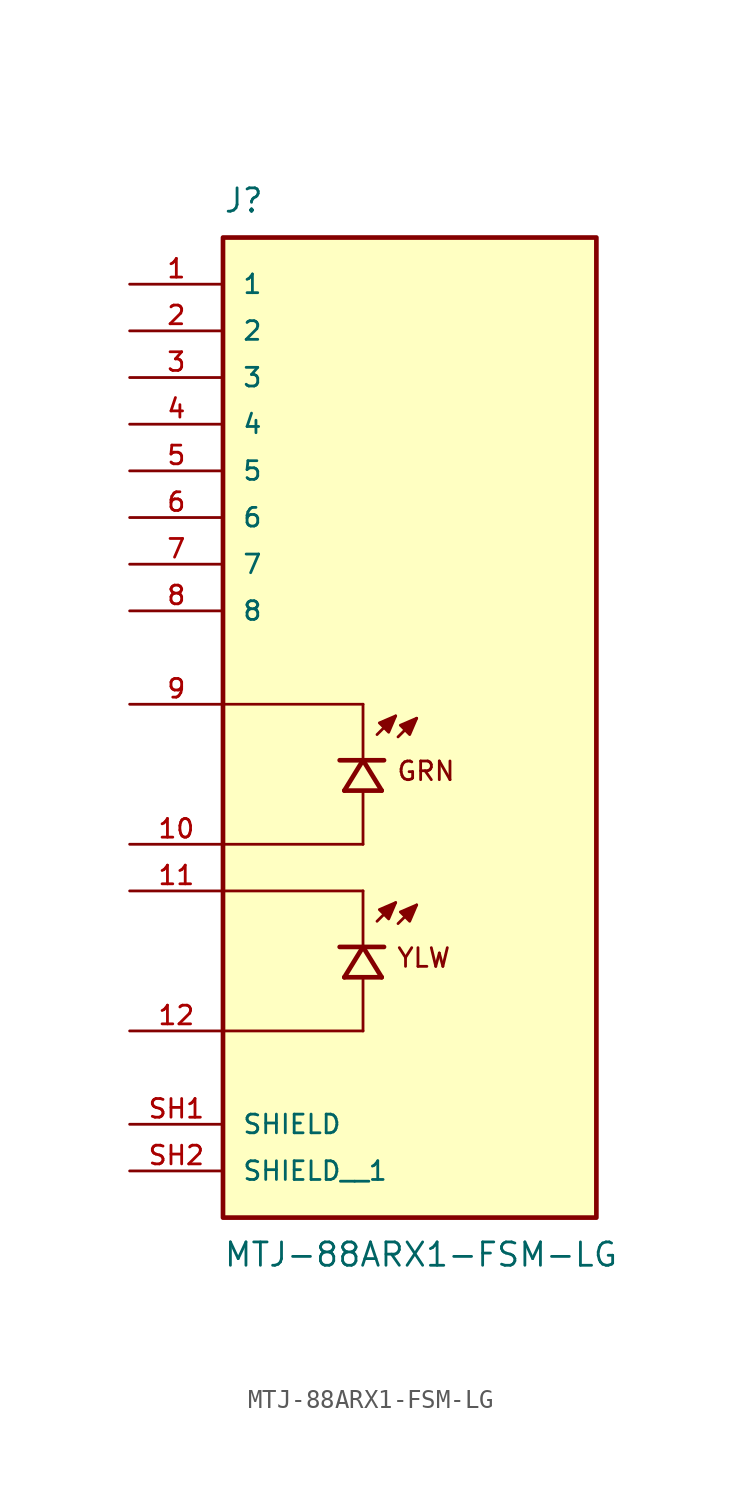
<source format=kicad_sym>
(kicad_symbol_lib
  (version 20211014)
  (generator kicad_symbol_editor)
  (symbol "MTJ-88ARX1-FSM-LG"
    (pin_names
      (offset 1.016))
    (property "Reference" "J"
      (at -10.16 26.67 0)
      (effects (font (size 1.27 1.27)) (justify bottom left)))
    (property "Value" "MTJ-88ARX1-FSM-LG"
      (at -10.16 -29.21 0)
      (effects (font (size 1.27 1.27)) (justify top left)))
    (symbol "MTJ-88ARX1-FSM-LG_0_0"
      (polyline (pts (xy -1.778 -1.651) (xy -0.762 -0.635)) (stroke (width 0.152)))
      (polyline (pts (xy -0.635 -1.778) (xy 0.381 -0.762)) (stroke (width 0.152)))
      (polyline (pts (xy -0.762 -0.635) (xy -1.651 -1.016) (xy -1.143 -1.524) (xy -0.762 -0.635)) (stroke (width 0.152)) (fill (type outline)))
      (polyline (pts (xy 0.381 -0.762) (xy -0.508 -1.143) (xy 0.0 -1.651) (xy 0.381 -0.762)) (stroke (width 0.152)) (fill (type outline)))
      (text "GRN" (at -0.762 -3.048 0) (effects (font (size 1.016 1.016)) (justify top left)))
      (polyline (pts (xy -1.524 -4.699) (xy -2.54 -3.048)) (stroke (width 0.254)))
      (polyline (pts (xy -2.54 -3.048) (xy -3.556 -4.699)) (stroke (width 0.254)))
      (polyline (pts (xy -1.397 -3.048) (xy -2.54 -3.048)) (stroke (width 0.254)))
      (polyline (pts (xy -2.54 -3.048) (xy -3.81 -3.048)) (stroke (width 0.254)))
      (polyline (pts (xy -1.524 -4.699) (xy -3.556 -4.699)) (stroke (width 0.254)))
      (polyline (pts (xy -2.54 -7.62) (xy -2.54 -4.826)) (stroke (width 0.152)))
      (polyline (pts (xy -2.54 -2.921) (xy -2.54 0.0)) (stroke (width 0.152)))
      (polyline (pts (xy -2.54 0.0) (xy -10.16 0.0)) (stroke (width 0.152)))
      (polyline (pts (xy -2.54 -7.62) (xy -10.16 -7.62)) (stroke (width 0.152)))
      (polyline (pts (xy -1.778 -11.811) (xy -0.762 -10.795)) (stroke (width 0.152)))
      (polyline (pts (xy -0.635 -11.938) (xy 0.381 -10.922)) (stroke (width 0.152)))
      (polyline (pts (xy -0.762 -10.795) (xy -1.651 -11.176) (xy -1.143 -11.684) (xy -0.762 -10.795)) (stroke (width 0.152)) (fill (type outline)))
      (polyline (pts (xy 0.381 -10.922) (xy -0.508 -11.303) (xy 0.0 -11.811) (xy 0.381 -10.922)) (stroke (width 0.152)) (fill (type outline)))
      (polyline (pts (xy -1.524 -14.859) (xy -2.54 -13.208)) (stroke (width 0.254)))
      (polyline (pts (xy -2.54 -13.208) (xy -3.556 -14.859)) (stroke (width 0.254)))
      (polyline (pts (xy -1.397 -13.208) (xy -2.54 -13.208)) (stroke (width 0.254)))
      (polyline (pts (xy -2.54 -13.208) (xy -3.81 -13.208)) (stroke (width 0.254)))
      (polyline (pts (xy -1.524 -14.859) (xy -3.556 -14.859)) (stroke (width 0.254)))
      (polyline (pts (xy -2.54 -17.78) (xy -2.54 -14.986)) (stroke (width 0.152)))
      (polyline (pts (xy -2.54 -13.081) (xy -2.54 -10.16)) (stroke (width 0.152)))
      (polyline (pts (xy -2.54 -10.16) (xy -10.16 -10.16)) (stroke (width 0.152)))
      (polyline (pts (xy -2.54 -17.78) (xy -10.16 -17.78)) (stroke (width 0.152)))
      (text "YLW" (at -0.762 -13.208 0) (effects (font (size 1.016 1.016)) (justify top left)))
      (rectangle (start -10.16 -27.94) (end 10.16 25.4) (stroke (width 0.254)) (fill (type background)))
      (pin passive line (at -15.24 22.86 0) (length 5.08) (name "1" (effects (font (size 1.016 1.016)))) (number "1" (effects (font (size 1.016 1.016)))))
      (pin passive line (at -15.24 20.32 0) (length 5.08) (name "2" (effects (font (size 1.016 1.016)))) (number "2" (effects (font (size 1.016 1.016)))))
      (pin passive line (at -15.24 17.78 0) (length 5.08) (name "3" (effects (font (size 1.016 1.016)))) (number "3" (effects (font (size 1.016 1.016)))))
      (pin passive line (at -15.24 15.24 0) (length 5.08) (name "4" (effects (font (size 1.016 1.016)))) (number "4" (effects (font (size 1.016 1.016)))))
      (pin passive line (at -15.24 12.7 0) (length 5.08) (name "5" (effects (font (size 1.016 1.016)))) (number "5" (effects (font (size 1.016 1.016)))))
      (pin passive line (at -15.24 10.16 0) (length 5.08) (name "6" (effects (font (size 1.016 1.016)))) (number "6" (effects (font (size 1.016 1.016)))))
      (pin passive line (at -15.24 7.62 0) (length 5.08) (name "7" (effects (font (size 1.016 1.016)))) (number "7" (effects (font (size 1.016 1.016)))))
      (pin passive line (at -15.24 5.08 0) (length 5.08) (name "8" (effects (font (size 1.016 1.016)))) (number "8" (effects (font (size 1.016 1.016)))))
      (pin passive line (at -15.24 -7.62 0) (length 5.08) (name "~" (effects (font (size 1.016 1.016)))) (number "10" (effects (font (size 1.016 1.016)))))
      (pin passive line (at -15.24 0.0 0) (length 5.08) (name "~" (effects (font (size 1.016 1.016)))) (number "9" (effects (font (size 1.016 1.016)))))
      (pin passive line (at -15.24 -17.78 0) (length 5.08) (name "~" (effects (font (size 1.016 1.016)))) (number "12" (effects (font (size 1.016 1.016)))))
      (pin passive line (at -15.24 -10.16 0) (length 5.08) (name "~" (effects (font (size 1.016 1.016)))) (number "11" (effects (font (size 1.016 1.016)))))
      (pin passive line (at -15.24 -22.86 0) (length 5.08) (name "SHIELD" (effects (font (size 1.016 1.016)))) (number "SH1" (effects (font (size 1.016 1.016)))))
      (pin passive line (at -15.24 -25.4 0) (length 5.08) (name "SHIELD__1" (effects (font (size 1.016 1.016)))) (number "SH2" (effects (font (size 1.016 1.016))))))))
</source>
